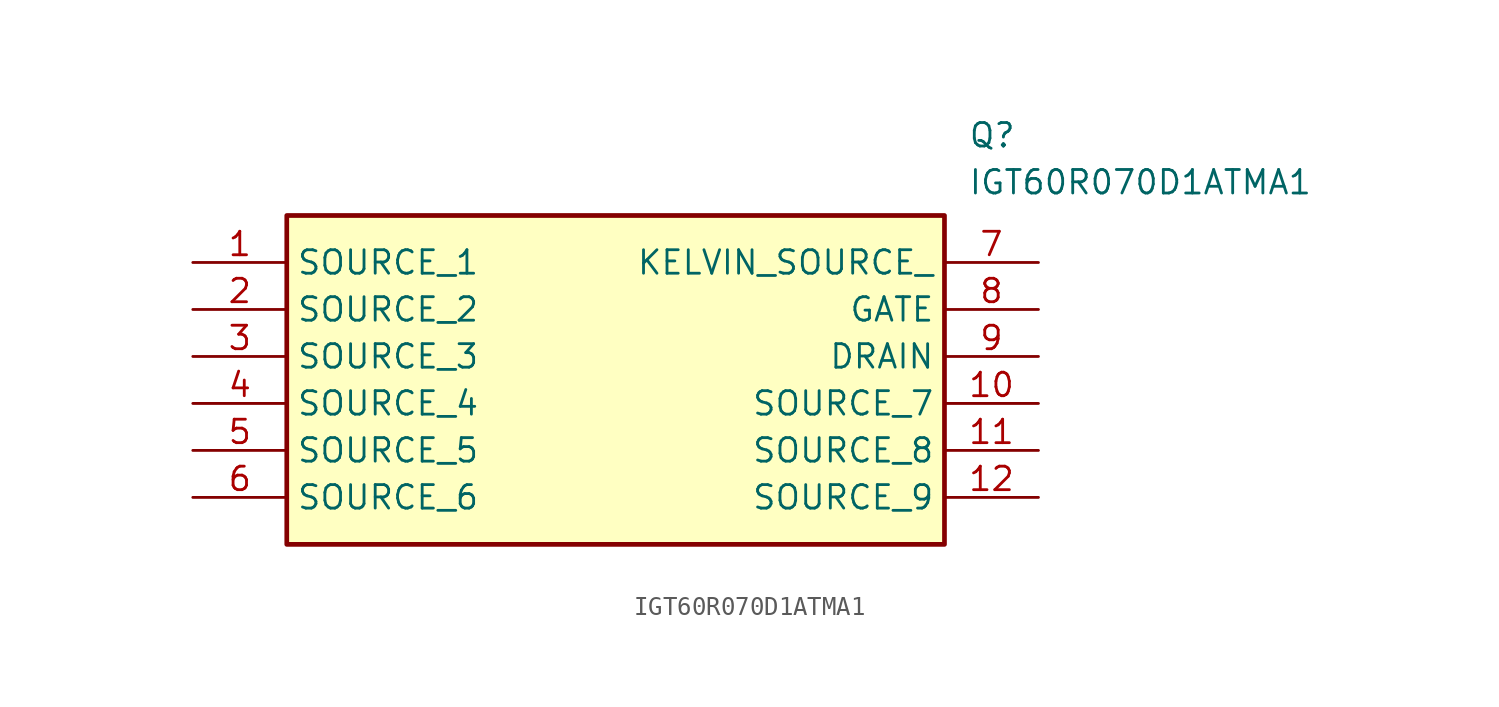
<source format=kicad_sym>
(kicad_symbol_lib
  (version 20211014)
  (generator SamacSys_ECAD_Model)
  (symbol "IGT60R070D1ATMA1"
    (property "Reference" "Q"
      (at 41.91 7.62 0)
      (effects (font (size 1.27 1.27)) (justify left top)))
    (property "Value" "IGT60R070D1ATMA1"
      (at 41.91 5.08 0)
      (effects (font (size 1.27 1.27)) (justify left top)))
    (rectangle
      (start 5.08 2.54)
      (end 40.64 -15.24)
      (stroke (width 0.254) (type default))
      (fill (type background)))
    (pin passive line
      (at 0 0 0)
      (length 5.08)
      (name "SOURCE_1" (effects (font (size 1.27 1.27))))
      (number "1" (effects (font (size 1.27 1.27)))))
    (pin passive line
      (at 0 -2.54 0)
      (length 5.08)
      (name "SOURCE_2" (effects (font (size 1.27 1.27))))
      (number "2" (effects (font (size 1.27 1.27)))))
    (pin passive line
      (at 0 -5.08 0)
      (length 5.08)
      (name "SOURCE_3" (effects (font (size 1.27 1.27))))
      (number "3" (effects (font (size 1.27 1.27)))))
    (pin passive line
      (at 0 -7.62 0)
      (length 5.08)
      (name "SOURCE_4" (effects (font (size 1.27 1.27))))
      (number "4" (effects (font (size 1.27 1.27)))))
    (pin passive line
      (at 0 -10.16 0)
      (length 5.08)
      (name "SOURCE_5" (effects (font (size 1.27 1.27))))
      (number "5" (effects (font (size 1.27 1.27)))))
    (pin passive line
      (at 0 -12.7 0)
      (length 5.08)
      (name "SOURCE_6" (effects (font (size 1.27 1.27))))
      (number "6" (effects (font (size 1.27 1.27)))))
    (pin passive line
      (at 45.72 0 180)
      (length 5.08)
      (name "KELVIN_SOURCE_" (effects (font (size 1.27 1.27))))
      (number "7" (effects (font (size 1.27 1.27)))))
    (pin passive line
      (at 45.72 -2.54 180)
      (length 5.08)
      (name "GATE" (effects (font (size 1.27 1.27))))
      (number "8" (effects (font (size 1.27 1.27)))))
    (pin passive line
      (at 45.72 -5.08 180)
      (length 5.08)
      (name "DRAIN" (effects (font (size 1.27 1.27))))
      (number "9" (effects (font (size 1.27 1.27)))))
    (pin passive line
      (at 45.72 -7.62 180)
      (length 5.08)
      (name "SOURCE_7" (effects (font (size 1.27 1.27))))
      (number "10" (effects (font (size 1.27 1.27)))))
    (pin passive line
      (at 45.72 -10.16 180)
      (length 5.08)
      (name "SOURCE_8" (effects (font (size 1.27 1.27))))
      (number "11" (effects (font (size 1.27 1.27)))))
    (pin passive line
      (at 45.72 -12.7 180)
      (length 5.08)
      (name "SOURCE_9" (effects (font (size 1.27 1.27))))
      (number "12" (effects (font (size 1.27 1.27)))))))
</source>
